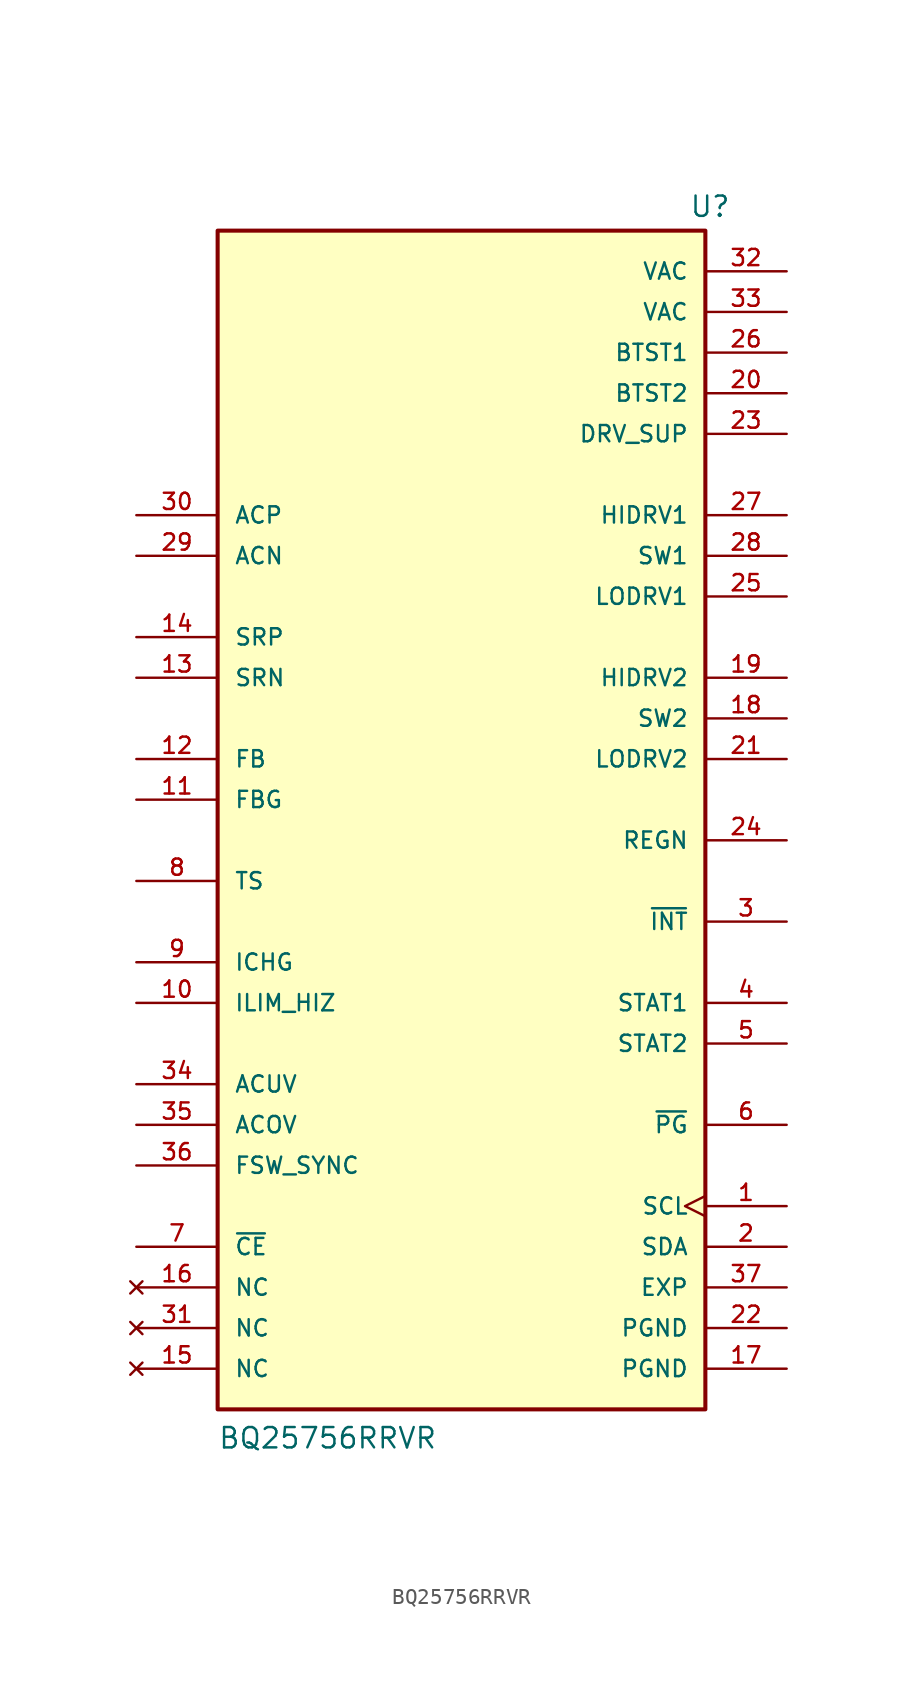
<source format=kicad_sym>
(kicad_symbol_lib
  (version 20241209)
  (generator "kicad_symbol_editor")
  (generator_version "9.0")
  (symbol "BQ25756RRVR"
    (pin_names
      (offset 1.016))
    (property "Reference" "U"
      (at 14.224 38.862 0)
      (effects (font (size 1.27 1.27)) (justify left bottom)))
    (property "Value" "BQ25756RRVR"
      (at -15.24 -38.1 0)
      (effects (font (size 1.27 1.27)) (justify left bottom)))
    (symbol "BQ25756RRVR_0_0"
      (rectangle (start -15.24 38.1) (end 15.24 -35.56) (stroke (width 0.254) (type default)) (fill (type background)))
      (pin input line (at -20.32 20.32 0) (length 5.08) (name "ACP" (effects (font (size 1.016 1.016)))) (number "30" (effects (font (size 1.016 1.016)))))
      (pin input line (at -20.32 17.78 0) (length 5.08) (name "ACN" (effects (font (size 1.016 1.016)))) (number "29" (effects (font (size 1.016 1.016)))))
      (pin input line (at -20.32 12.7 0) (length 5.08) (name "SRP" (effects (font (size 1.016 1.016)))) (number "14" (effects (font (size 1.016 1.016)))))
      (pin input line (at -20.32 10.16 0) (length 5.08) (name "SRN" (effects (font (size 1.016 1.016)))) (number "13" (effects (font (size 1.016 1.016)))))
      (pin input line (at -20.32 5.08 0) (length 5.08) (name "FB" (effects (font (size 1.016 1.016)))) (number "12" (effects (font (size 1.016 1.016)))))
      (pin input line (at -20.32 2.54 0) (length 5.08) (name "FBG" (effects (font (size 1.016 1.016)))) (number "11" (effects (font (size 1.016 1.016)))))
      (pin input line (at -20.32 -2.54 0) (length 5.08) (name "TS" (effects (font (size 1.016 1.016)))) (number "8" (effects (font (size 1.016 1.016)))))
      (pin input line (at -20.32 -7.62 0) (length 5.08) (name "ICHG" (effects (font (size 1.016 1.016)))) (number "9" (effects (font (size 1.016 1.016)))))
      (pin input line (at -20.32 -10.16 0) (length 5.08) (name "ILIM_HIZ" (effects (font (size 1.016 1.016)))) (number "10" (effects (font (size 1.016 1.016)))))
      (pin input line (at -20.32 -15.24 0) (length 5.08) (name "ACUV" (effects (font (size 1.016 1.016)))) (number "34" (effects (font (size 1.016 1.016)))))
      (pin input line (at -20.32 -17.78 0) (length 5.08) (name "ACOV" (effects (font (size 1.016 1.016)))) (number "35" (effects (font (size 1.016 1.016)))))
      (pin input line (at -20.32 -20.32 0) (length 5.08) (name "FSW_SYNC" (effects (font (size 1.016 1.016)))) (number "36" (effects (font (size 1.016 1.016)))))
      (pin bidirectional line (at -20.32 -25.4 0) (length 5.08) (name "~{CE}" (effects (font (size 1.016 1.016)))) (number "7" (effects (font (size 1.016 1.016)))))
      (pin no_connect line (at -20.32 -27.94 0) (length 5.08) (name "NC" (effects (font (size 1.016 1.016)))) (number "16" (effects (font (size 1.016 1.016)))))
      (pin no_connect line (at -20.32 -30.48 0) (length 5.08) (name "NC" (effects (font (size 1.016 1.016)))) (number "31" (effects (font (size 1.016 1.016)))))
      (pin no_connect line (at -20.32 -33.02 0) (length 5.08) (name "NC" (effects (font (size 1.016 1.016)))) (number "15" (effects (font (size 1.016 1.016)))))
      (pin power_in line (at 20.32 35.56 180) (length 5.08) (name "VAC" (effects (font (size 1.016 1.016)))) (number "32" (effects (font (size 1.016 1.016)))))
      (pin power_in line (at 20.32 33.02 180) (length 5.08) (name "VAC" (effects (font (size 1.016 1.016)))) (number "33" (effects (font (size 1.016 1.016)))))
      (pin power_in line (at 20.32 30.48 180) (length 5.08) (name "BTST1" (effects (font (size 1.016 1.016)))) (number "26" (effects (font (size 1.016 1.016)))))
      (pin power_in line (at 20.32 27.94 180) (length 5.08) (name "BTST2" (effects (font (size 1.016 1.016)))) (number "20" (effects (font (size 1.016 1.016)))))
      (pin power_in line (at 20.32 25.4 180) (length 5.08) (name "DRV_SUP" (effects (font (size 1.016 1.016)))) (number "23" (effects (font (size 1.016 1.016)))))
      (pin output line (at 20.32 20.32 180) (length 5.08) (name "HIDRV1" (effects (font (size 1.016 1.016)))) (number "27" (effects (font (size 1.016 1.016)))))
      (pin output line (at 20.32 17.78 180) (length 5.08) (name "SW1" (effects (font (size 1.016 1.016)))) (number "28" (effects (font (size 1.016 1.016)))))
      (pin output line (at 20.32 15.24 180) (length 5.08) (name "LODRV1" (effects (font (size 1.016 1.016)))) (number "25" (effects (font (size 1.016 1.016)))))
      (pin output line (at 20.32 10.16 180) (length 5.08) (name "HIDRV2" (effects (font (size 1.016 1.016)))) (number "19" (effects (font (size 1.016 1.016)))))
      (pin output line (at 20.32 7.62 180) (length 5.08) (name "SW2" (effects (font (size 1.016 1.016)))) (number "18" (effects (font (size 1.016 1.016)))))
      (pin output line (at 20.32 5.08 180) (length 5.08) (name "LODRV2" (effects (font (size 1.016 1.016)))) (number "21" (effects (font (size 1.016 1.016)))))
      (pin output line (at 20.32 0 180) (length 5.08) (name "REGN" (effects (font (size 1.016 1.016)))) (number "24" (effects (font (size 1.016 1.016)))))
      (pin output line (at 20.32 -5.08 180) (length 5.08) (name "~{INT}" (effects (font (size 1.016 1.016)))) (number "3" (effects (font (size 1.016 1.016)))))
      (pin output line (at 20.32 -10.16 180) (length 5.08) (name "STAT1" (effects (font (size 1.016 1.016)))) (number "4" (effects (font (size 1.016 1.016)))))
      (pin output line (at 20.32 -12.7 180) (length 5.08) (name "STAT2" (effects (font (size 1.016 1.016)))) (number "5" (effects (font (size 1.016 1.016)))))
      (pin output line (at 20.32 -17.78 180) (length 5.08) (name "~{PG}" (effects (font (size 1.016 1.016)))) (number "6" (effects (font (size 1.016 1.016)))))
      (pin input clock (at 20.32 -22.86 180) (length 5.08) (name "SCL" (effects (font (size 1.016 1.016)))) (number "1" (effects (font (size 1.016 1.016)))))
      (pin bidirectional line (at 20.32 -25.4 180) (length 5.08) (name "SDA" (effects (font (size 1.016 1.016)))) (number "2" (effects (font (size 1.016 1.016)))))
      (pin power_in line (at 20.32 -27.94 180) (length 5.08) (name "EXP" (effects (font (size 1.016 1.016)))) (number "37" (effects (font (size 1.016 1.016)))))
      (pin power_in line (at 20.32 -30.48 180) (length 5.08) (name "PGND" (effects (font (size 1.016 1.016)))) (number "22" (effects (font (size 1.016 1.016)))))
      (pin power_in line (at 20.32 -33.02 180) (length 5.08) (name "PGND" (effects (font (size 1.016 1.016)))) (number "17" (effects (font (size 1.016 1.016))))))))
</source>
